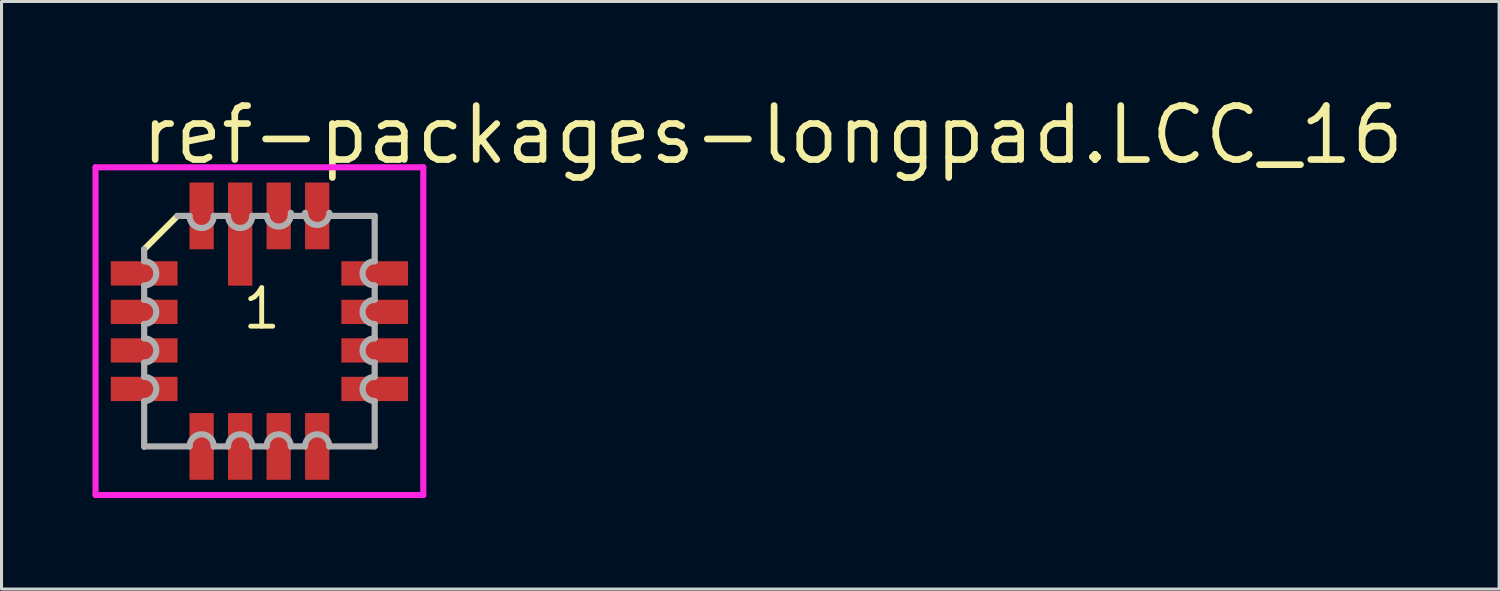
<source format=kicad_pcb>
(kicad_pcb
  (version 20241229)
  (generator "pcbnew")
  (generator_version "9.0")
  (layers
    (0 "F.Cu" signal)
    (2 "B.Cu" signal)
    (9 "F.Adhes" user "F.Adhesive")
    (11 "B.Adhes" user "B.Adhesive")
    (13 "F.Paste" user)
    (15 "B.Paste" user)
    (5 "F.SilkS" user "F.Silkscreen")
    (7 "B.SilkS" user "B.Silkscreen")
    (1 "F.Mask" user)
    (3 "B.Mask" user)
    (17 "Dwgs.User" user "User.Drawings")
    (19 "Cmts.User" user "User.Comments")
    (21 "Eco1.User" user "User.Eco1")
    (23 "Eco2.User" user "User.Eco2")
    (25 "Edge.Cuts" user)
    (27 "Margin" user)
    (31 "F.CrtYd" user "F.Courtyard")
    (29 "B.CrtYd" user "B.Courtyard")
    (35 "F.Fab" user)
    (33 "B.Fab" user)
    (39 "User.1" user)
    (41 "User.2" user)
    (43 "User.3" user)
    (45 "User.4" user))
  (footprint "ref-packages-longpad.LCC_16"
    (layer "F.Cu")
    (at 5.503 7.868)
    (property "Reference" "ref-packages-longpad.LCC_16" (at -4.005 -5.43 0) (layer "F.SilkS") (effects (font (size 1.778 1.778) (thickness 0.22)) (justify left bottom)))
    (attr smd)
    (fp_line (start -2.7 -3.8) (end -3.8 -2.7) (stroke (width 0.203) (type default)) (layer "F.SilkS"))
    (fp_line (start -5.403 -5.403) (end 5.403 -5.403) (stroke (width 0.2) (type default)) (layer "F.CrtYd"))
    (fp_line (start -5.403 5.403) (end -5.403 -5.403) (stroke (width 0.2) (type default)) (layer "F.CrtYd"))
    (fp_line (start 5.403 -5.403) (end 5.403 5.403) (stroke (width 0.2) (type default)) (layer "F.CrtYd"))
    (fp_line (start 5.403 5.403) (end -5.403 5.403) (stroke (width 0.2) (type default)) (layer "F.CrtYd"))
    (fp_line (start -3.8 -2.7) (end -3.8 -2.305) (stroke (width 0.203) (type default)) (layer "F.Fab"))
    (fp_line (start -3.8 -1.505) (end -3.8 -1.035) (stroke (width 0.203) (type default)) (layer "F.Fab"))
    (fp_line (start -3.8 -0.235) (end -3.8 0.235) (stroke (width 0.203) (type default)) (layer "F.Fab"))
    (fp_line (start -3.8 1.035) (end -3.8 1.505) (stroke (width 0.203) (type default)) (layer "F.Fab"))
    (fp_line (start -3.8 2.305) (end -3.8 3.8) (stroke (width 0.203) (type default)) (layer "F.Fab"))
    (fp_line (start -3.8 3.8) (end -3.8 3.81) (stroke (width 0.203) (type default)) (layer "F.Fab"))
    (fp_line (start -3.8 3.8) (end -2.305 3.8) (stroke (width 0.203) (type default)) (layer "F.Fab"))
    (fp_line (start -2.305 -3.8) (end -2.7 -3.8) (stroke (width 0.203) (type default)) (layer "F.Fab"))
    (fp_line (start -1.505 3.8) (end -1.035 3.8) (stroke (width 0.203) (type default)) (layer "F.Fab"))
    (fp_line (start -1.035 -3.8) (end -1.505 -3.8) (stroke (width 0.203) (type default)) (layer "F.Fab"))
    (fp_line (start -0.235 3.8) (end 0.235 3.8) (stroke (width 0.203) (type default)) (layer "F.Fab"))
    (fp_line (start 0.235 -3.8) (end -0.235 -3.8) (stroke (width 0.203) (type default)) (layer "F.Fab"))
    (fp_line (start 1.035 3.8) (end 1.505 3.8) (stroke (width 0.203) (type default)) (layer "F.Fab"))
    (fp_line (start 1.505 -3.8) (end 1.035 -3.8) (stroke (width 0.203) (type default)) (layer "F.Fab"))
    (fp_line (start 2.305 3.8) (end 3.8 3.8) (stroke (width 0.203) (type default)) (layer "F.Fab"))
    (fp_line (start 3.8 -3.8) (end 2.305 -3.8) (stroke (width 0.203) (type default)) (layer "F.Fab"))
    (fp_line (start 3.8 -2.305) (end 3.8 -3.8) (stroke (width 0.203) (type default)) (layer "F.Fab"))
    (fp_line (start 3.8 -1.035) (end 3.8 -1.505) (stroke (width 0.203) (type default)) (layer "F.Fab"))
    (fp_line (start 3.8 0.235) (end 3.8 -0.235) (stroke (width 0.203) (type default)) (layer "F.Fab"))
    (fp_line (start 3.8 1.505) (end 3.8 1.035) (stroke (width 0.203) (type default)) (layer "F.Fab"))
    (fp_line (start 3.8 3.8) (end 3.8 2.305) (stroke (width 0.203) (type default)) (layer "F.Fab"))
    (fp_arc (start -3.7999 -2.305) (mid -3.3999 -1.905) (end -3.7999 -1.505) (stroke (width 0.2032) (type default)) (layer "F.Fab"))
    (fp_arc (start -3.7999 -1.035) (mid -3.3999 -0.635) (end -3.7999 -0.235) (stroke (width 0.2032) (type default)) (layer "F.Fab"))
    (fp_arc (start -3.7999 0.2349) (mid -3.3998 0.635) (end -3.7999 1.0351) (stroke (width 0.2032) (type default)) (layer "F.Fab"))
    (fp_arc (start -3.7999 1.5049) (mid -3.3998 1.905) (end -3.7999 2.3051) (stroke (width 0.2032) (type default)) (layer "F.Fab"))
    (fp_arc (start -2.3051 3.7999) (mid -1.905 3.3998) (end -1.5049 3.7999) (stroke (width 0.2032) (type default)) (layer "F.Fab"))
    (fp_arc (start -1.5049 -3.7999) (mid -1.905 -3.3998) (end -2.3051 -3.7999) (stroke (width 0.2032) (type default)) (layer "F.Fab"))
    (fp_arc (start -1.0351 3.7999) (mid -0.635 3.3998) (end -0.2349 3.7999) (stroke (width 0.2032) (type default)) (layer "F.Fab"))
    (fp_arc (start -0.2349 -3.7999) (mid -0.635 -3.3998) (end -1.0351 -3.7999) (stroke (width 0.2032) (type default)) (layer "F.Fab"))
    (fp_arc (start 0.235 3.7999) (mid 0.635 3.3999) (end 1.035 3.7999) (stroke (width 0.2032) (type default)) (layer "F.Fab"))
    (fp_arc (start 1.035 -3.8999) (mid 0.685 -3.4499) (end 0.235 -3.7999) (stroke (width 0.2032) (type default)) (layer "F.Fab"))
    (fp_arc (start 1.505 3.7999) (mid 1.905 3.3999) (end 2.305 3.7999) (stroke (width 0.2032) (type default)) (layer "F.Fab"))
    (fp_arc (start 2.305 -3.8999) (mid 1.905 -3.4999) (end 1.505 -3.8999) (stroke (width 0.2032) (type default)) (layer "F.Fab"))
    (fp_arc (start 3.7999 -1.5049) (mid 3.3998 -1.905) (end 3.7999 -2.3051) (stroke (width 0.2032) (type default)) (layer "F.Fab"))
    (fp_arc (start 3.7999 -0.2349) (mid 3.3998 -0.635) (end 3.7999 -1.0351) (stroke (width 0.2032) (type default)) (layer "F.Fab"))
    (fp_arc (start 3.7999 1.035) (mid 3.3999 0.635) (end 3.7999 0.235) (stroke (width 0.2032) (type default)) (layer "F.Fab"))
    (fp_arc (start 3.7999 2.305) (mid 3.3999 1.905) (end 3.7999 1.505) (stroke (width 0.2032) (type default)) (layer "F.Fab"))
    (fp_text user "1" (at -0.635 0 0) (layer "F.SilkS") (effects (font (size 1.27 1.27) (thickness 0.16)) (justify left bottom)))
    (pad "1" smd roundrect (at -0.635 -3.2) (size 0.8 3.4) (layers "F.Cu" "F.Mask" "F.Paste") (roundrect_rratio 0.01))
    (pad "2" smd roundrect (at -1.905 -3.8) (size 0.8 2.2) (layers "F.Cu" "F.Mask" "F.Paste") (roundrect_rratio 0.01))
    (pad "3" smd roundrect (at -3.8 -1.905) (size 2.2 0.8) (layers "F.Cu" "F.Mask" "F.Paste") (roundrect_rratio 0.01))
    (pad "4" smd roundrect (at -3.8 -0.635) (size 2.2 0.8) (layers "F.Cu" "F.Mask" "F.Paste") (roundrect_rratio 0.01))
    (pad "5" smd roundrect (at -3.8 0.635) (size 2.2 0.8) (layers "F.Cu" "F.Mask" "F.Paste") (roundrect_rratio 0.01))
    (pad "6" smd roundrect (at -3.8 1.905) (size 2.2 0.8) (layers "F.Cu" "F.Mask" "F.Paste") (roundrect_rratio 0.01))
    (pad "7" smd roundrect (at -1.905 3.8) (size 0.8 2.2) (layers "F.Cu" "F.Mask" "F.Paste") (roundrect_rratio 0.01))
    (pad "8" smd roundrect (at -0.635 3.8) (size 0.8 2.2) (layers "F.Cu" "F.Mask" "F.Paste") (roundrect_rratio 0.01))
    (pad "9" smd roundrect (at 0.635 3.8) (size 0.8 2.2) (layers "F.Cu" "F.Mask" "F.Paste") (roundrect_rratio 0.01))
    (pad "10" smd roundrect (at 1.905 3.8) (size 0.8 2.2) (layers "F.Cu" "F.Mask" "F.Paste") (roundrect_rratio 0.01))
    (pad "11" smd roundrect (at 3.8 1.905) (size 2.2 0.8) (layers "F.Cu" "F.Mask" "F.Paste") (roundrect_rratio 0.01))
    (pad "12" smd roundrect (at 3.8 0.635) (size 2.2 0.8) (layers "F.Cu" "F.Mask" "F.Paste") (roundrect_rratio 0.01))
    (pad "13" smd roundrect (at 3.8 -0.635) (size 2.2 0.8) (layers "F.Cu" "F.Mask" "F.Paste") (roundrect_rratio 0.01))
    (pad "14" smd roundrect (at 3.8 -1.905) (size 2.2 0.8) (layers "F.Cu" "F.Mask" "F.Paste") (roundrect_rratio 0.01))
    (pad "15" smd roundrect (at 1.905 -3.8) (size 0.8 2.2) (layers "F.Cu" "F.Mask" "F.Paste") (roundrect_rratio 0.01))
    (pad "16" smd roundrect (at 0.635 -3.8) (size 0.8 2.2) (layers "F.Cu" "F.Mask" "F.Paste") (roundrect_rratio 0.01)))
  (gr_rect
    (start -3 -3)
    (end 46.374 16.371)
    (stroke (width 0.1) (type default))
    (fill no)
    (layer "Edge.Cuts")))
</source>
